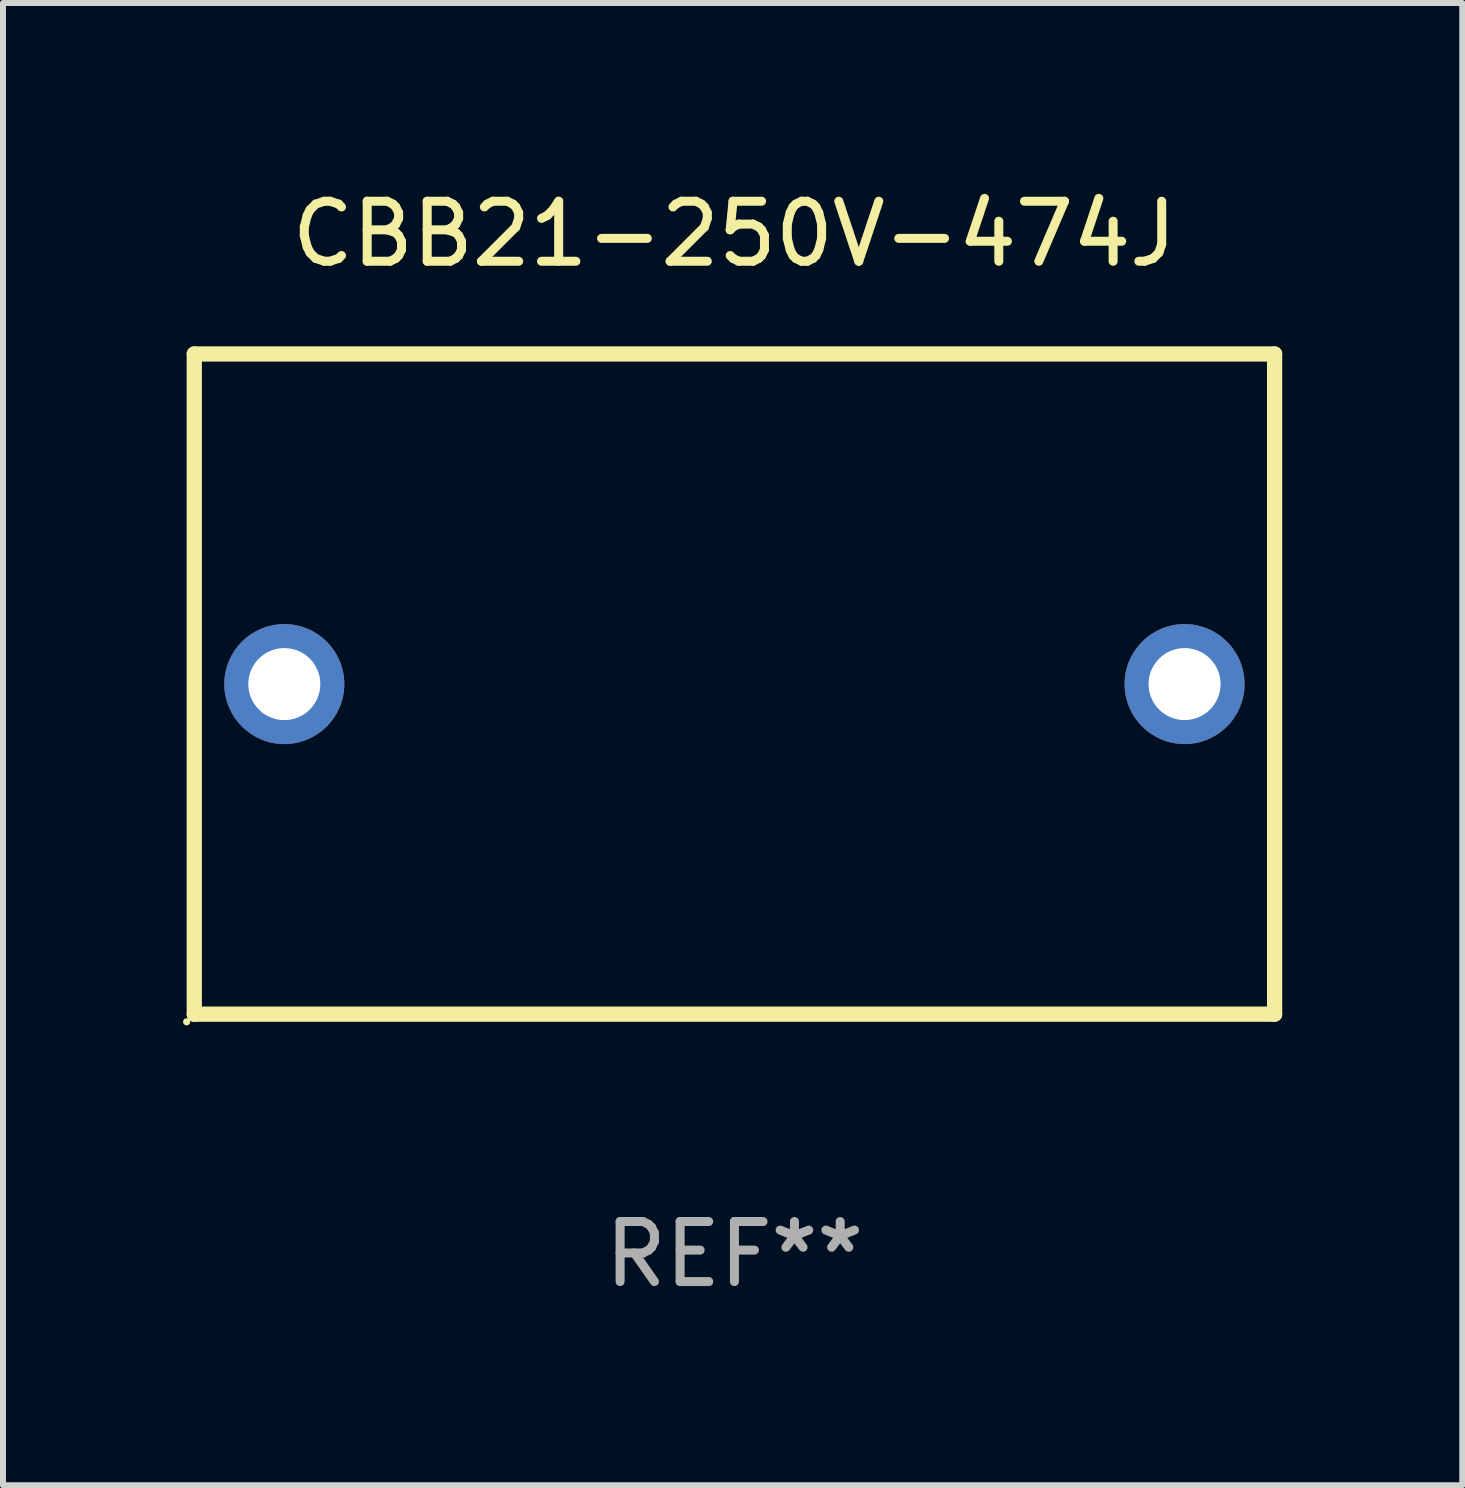
<source format=kicad_pcb>
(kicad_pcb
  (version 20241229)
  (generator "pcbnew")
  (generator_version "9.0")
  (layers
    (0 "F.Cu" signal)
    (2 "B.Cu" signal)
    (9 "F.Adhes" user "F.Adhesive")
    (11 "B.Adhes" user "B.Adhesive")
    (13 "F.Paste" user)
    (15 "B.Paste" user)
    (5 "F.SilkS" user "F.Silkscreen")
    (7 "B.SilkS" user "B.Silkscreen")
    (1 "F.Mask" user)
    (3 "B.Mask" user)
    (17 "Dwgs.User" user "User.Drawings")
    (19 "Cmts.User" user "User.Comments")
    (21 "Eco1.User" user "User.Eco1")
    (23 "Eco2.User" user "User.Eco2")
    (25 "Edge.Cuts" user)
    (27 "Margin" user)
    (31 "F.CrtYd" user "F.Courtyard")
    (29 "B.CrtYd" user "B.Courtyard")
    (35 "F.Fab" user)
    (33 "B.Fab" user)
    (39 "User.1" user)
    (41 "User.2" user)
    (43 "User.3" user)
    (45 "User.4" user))
  (footprint "CBB21-250V-474J"
    (layer "F.Cu")
    (at 9.187 8.348)
    (property "Reference" "CBB21-250V-474J" (at 0 -7.5 0) (layer "F.SilkS") (effects (font (size 1 1) (thickness 0.15))))
    (attr through_hole)
    (fp_line (start -9 -5.5) (end 9 -5.5) (stroke (width 0.254) (type solid)) (layer "F.SilkS"))
    (fp_line (start -9 5.5) (end -9 -5.5) (stroke (width 0.254) (type solid)) (layer "F.SilkS"))
    (fp_line (start 9 -5.5) (end 9 5.5) (stroke (width 0.254) (type solid)) (layer "F.SilkS"))
    (fp_line (start 9 5.5) (end -9 5.5) (stroke (width 0.254) (type solid)) (layer "F.SilkS"))
    (fp_circle (center -9.127 5.627) (end -9.097 5.627) (stroke (width 0.06) (type solid)) (fill no) (layer "F.SilkS"))
    (fp_text user "REF**" (at 0 9.5 0) (layer "F.Fab") (effects (font (size 1 1) (thickness 0.15))))
    (pad "1" thru_hole circle (at -7.5 0) (size 2 2) (drill 1.2) (layers "*.Cu" "*.Mask"))
    (pad "2" thru_hole circle (at 7.5 0) (size 2 2) (drill 1.2) (layers "*.Cu" "*.Mask")))
  (gr_rect
    (start -3 -3)
    (end 21.314 21.697)
    (stroke (width 0.1) (type default))
    (fill no)
    (layer "Edge.Cuts")))
</source>
